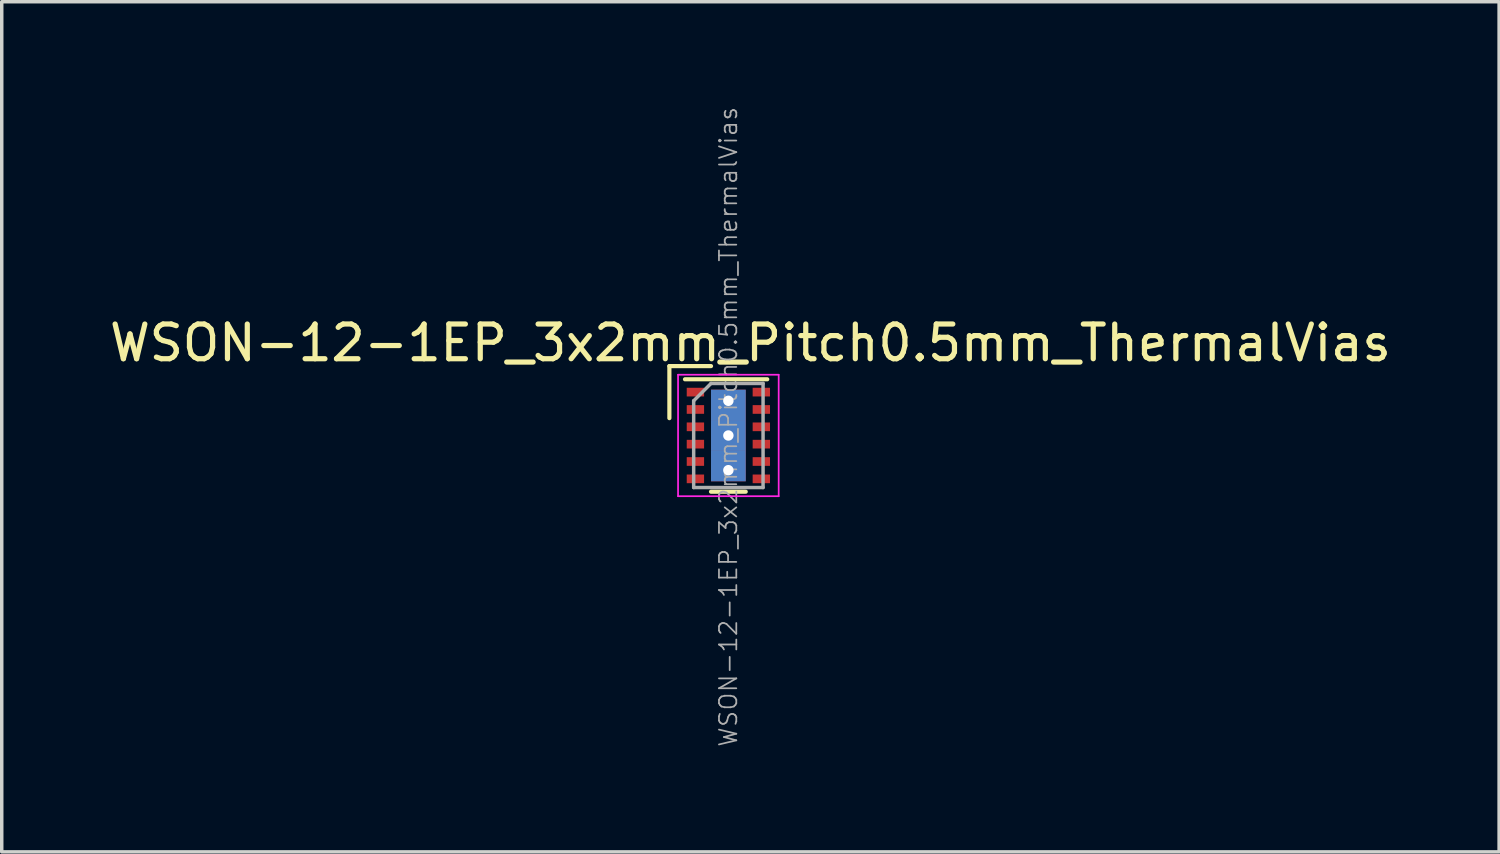
<source format=kicad_pcb>
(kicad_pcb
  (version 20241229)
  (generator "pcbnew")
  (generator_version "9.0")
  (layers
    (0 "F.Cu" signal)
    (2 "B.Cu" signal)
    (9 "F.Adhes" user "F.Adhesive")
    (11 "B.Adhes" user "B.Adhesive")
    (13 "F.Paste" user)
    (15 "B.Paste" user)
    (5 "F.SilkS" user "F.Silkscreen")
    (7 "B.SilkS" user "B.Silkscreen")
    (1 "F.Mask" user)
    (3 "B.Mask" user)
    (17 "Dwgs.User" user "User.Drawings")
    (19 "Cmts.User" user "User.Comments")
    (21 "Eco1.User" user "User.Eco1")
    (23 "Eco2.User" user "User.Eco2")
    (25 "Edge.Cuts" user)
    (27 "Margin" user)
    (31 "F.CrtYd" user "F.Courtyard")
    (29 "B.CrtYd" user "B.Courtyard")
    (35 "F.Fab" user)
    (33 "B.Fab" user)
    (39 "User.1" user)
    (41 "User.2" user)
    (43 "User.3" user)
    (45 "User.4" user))
  (footprint "WSON-12-1EP_3x2mm_Pitch0.5mm_ThermalVias"
    (layer "F.Cu")
    (at 17.942 9.501)
    (property "Reference" "WSON-12-1EP_3x2mm_Pitch0.5mm_ThermalVias" (at 0.635 -2.667 0) (layer "F.SilkS") (effects (font (size 1 1) (thickness 0.15))))
    (attr smd)
    (fp_line (start -1.7 -2) (end -0.5 -2) (stroke (width 0.12) (type solid)) (layer "F.SilkS"))
    (fp_line (start -1.7 -0.5) (end -1.7 -2) (stroke (width 0.12) (type solid)) (layer "F.SilkS"))
    (fp_line (start -1.25 -1.62) (end 1.12 -1.62) (stroke (width 0.12) (type solid)) (layer "F.SilkS"))
    (fp_line (start 0.5 1.62) (end -0.5 1.62) (stroke (width 0.12) (type solid)) (layer "F.SilkS"))
    (fp_line (start -1.45 -1.75) (end 1.45 -1.75) (stroke (width 0.05) (type solid)) (layer "F.CrtYd"))
    (fp_line (start -1.45 1.75) (end -1.45 -1.75) (stroke (width 0.05) (type solid)) (layer "F.CrtYd"))
    (fp_line (start 1.45 -1.75) (end 1.45 1.75) (stroke (width 0.05) (type solid)) (layer "F.CrtYd"))
    (fp_line (start 1.45 1.75) (end -1.45 1.75) (stroke (width 0.05) (type solid)) (layer "F.CrtYd"))
    (fp_line (start -1 -1) (end -0.5 -1.5) (stroke (width 0.1) (type solid)) (layer "F.Fab"))
    (fp_line (start -1 1.5) (end -1 -1) (stroke (width 0.1) (type solid)) (layer "F.Fab"))
    (fp_line (start -0.5 -1.5) (end 1 -1.5) (stroke (width 0.1) (type solid)) (layer "F.Fab"))
    (fp_line (start 1 -1.5) (end 1 1.5) (stroke (width 0.1) (type solid)) (layer "F.Fab"))
    (fp_line (start 1 1.5) (end -1 1.5) (stroke (width 0.1) (type solid)) (layer "F.Fab"))
    (fp_text user "${REFERENCE}" (at 0 -0.25 90) (layer "F.Fab") (effects (font (size 0.5 0.5) (thickness 0.05))))
    (pad "1" smd rect (at -0.95 -1.25) (size 0.5 0.25) (layers "F.Cu" "F.Mask" "F.Paste"))
    (pad "2" smd rect (at -0.95 -0.75) (size 0.5 0.25) (layers "F.Cu" "F.Mask" "F.Paste"))
    (pad "3" smd rect (at -0.95 -0.25) (size 0.5 0.25) (layers "F.Cu" "F.Mask" "F.Paste"))
    (pad "4" smd rect (at -0.95 0.25) (size 0.5 0.25) (layers "F.Cu" "F.Mask" "F.Paste"))
    (pad "5" smd rect (at -0.95 0.75) (size 0.5 0.25) (layers "F.Cu" "F.Mask" "F.Paste"))
    (pad "6" smd rect (at -0.95 1.25) (size 0.5 0.25) (layers "F.Cu" "F.Mask" "F.Paste"))
    (pad "7" smd rect (at 0.95 1.25) (size 0.5 0.25) (layers "F.Cu" "F.Mask" "F.Paste"))
    (pad "8" smd rect (at 0.95 0.75) (size 0.5 0.25) (layers "F.Cu" "F.Mask" "F.Paste"))
    (pad "9" smd rect (at 0.95 0.25) (size 0.5 0.25) (layers "F.Cu" "F.Mask" "F.Paste"))
    (pad "10" smd rect (at 0.95 -0.25) (size 0.5 0.25) (layers "F.Cu" "F.Mask" "F.Paste"))
    (pad "11" smd rect (at 0.95 -0.75) (size 0.5 0.25) (layers "F.Cu" "F.Mask" "F.Paste"))
    (pad "12" smd rect (at 0.95 -1.25) (size 0.5 0.25) (layers "F.Cu" "F.Mask" "F.Paste"))
    (pad "13" thru_hole circle (at 0 -1 90) (size 0.6 0.6) (drill 0.3) (layers "*.Cu" "F.Mask"))
    (pad "13" smd rect (at 0 -0.88) (size 1 0.88) (layers "F.Cu"))
    (pad "13" smd rect (at 0 -0.88) (size 1 0.88) (layers "B.Cu"))
    (pad "13" smd rect (at 0 -0.685) (size 0.95 1.17) (layers "F.Cu" "F.Mask" "F.Paste"))
    (pad "13" thru_hole circle (at 0 0) (size 0.6 0.6) (drill 0.3) (layers "*.Cu" "F.Mask"))
    (pad "13" smd rect (at 0 0) (size 1 0.89) (layers "F.Cu"))
    (pad "13" smd rect (at 0 0) (size 1 0.89) (layers "B.Cu"))
    (pad "13" smd rect (at 0 0.685) (size 0.95 1.17) (layers "F.Cu" "F.Mask" "F.Paste"))
    (pad "13" smd rect (at 0 0.88) (size 1 0.88) (layers "F.Cu"))
    (pad "13" smd rect (at 0 0.88) (size 1 0.88) (layers "B.Cu"))
    (pad "13" thru_hole circle (at 0 1) (size 0.6 0.6) (drill 0.3) (layers "*.Cu" "F.Mask")))
  (gr_rect
    (start -3 -3)
    (end 40.155 21.502)
    (stroke (width 0.1) (type default))
    (fill no)
    (layer "Edge.Cuts")))
</source>
